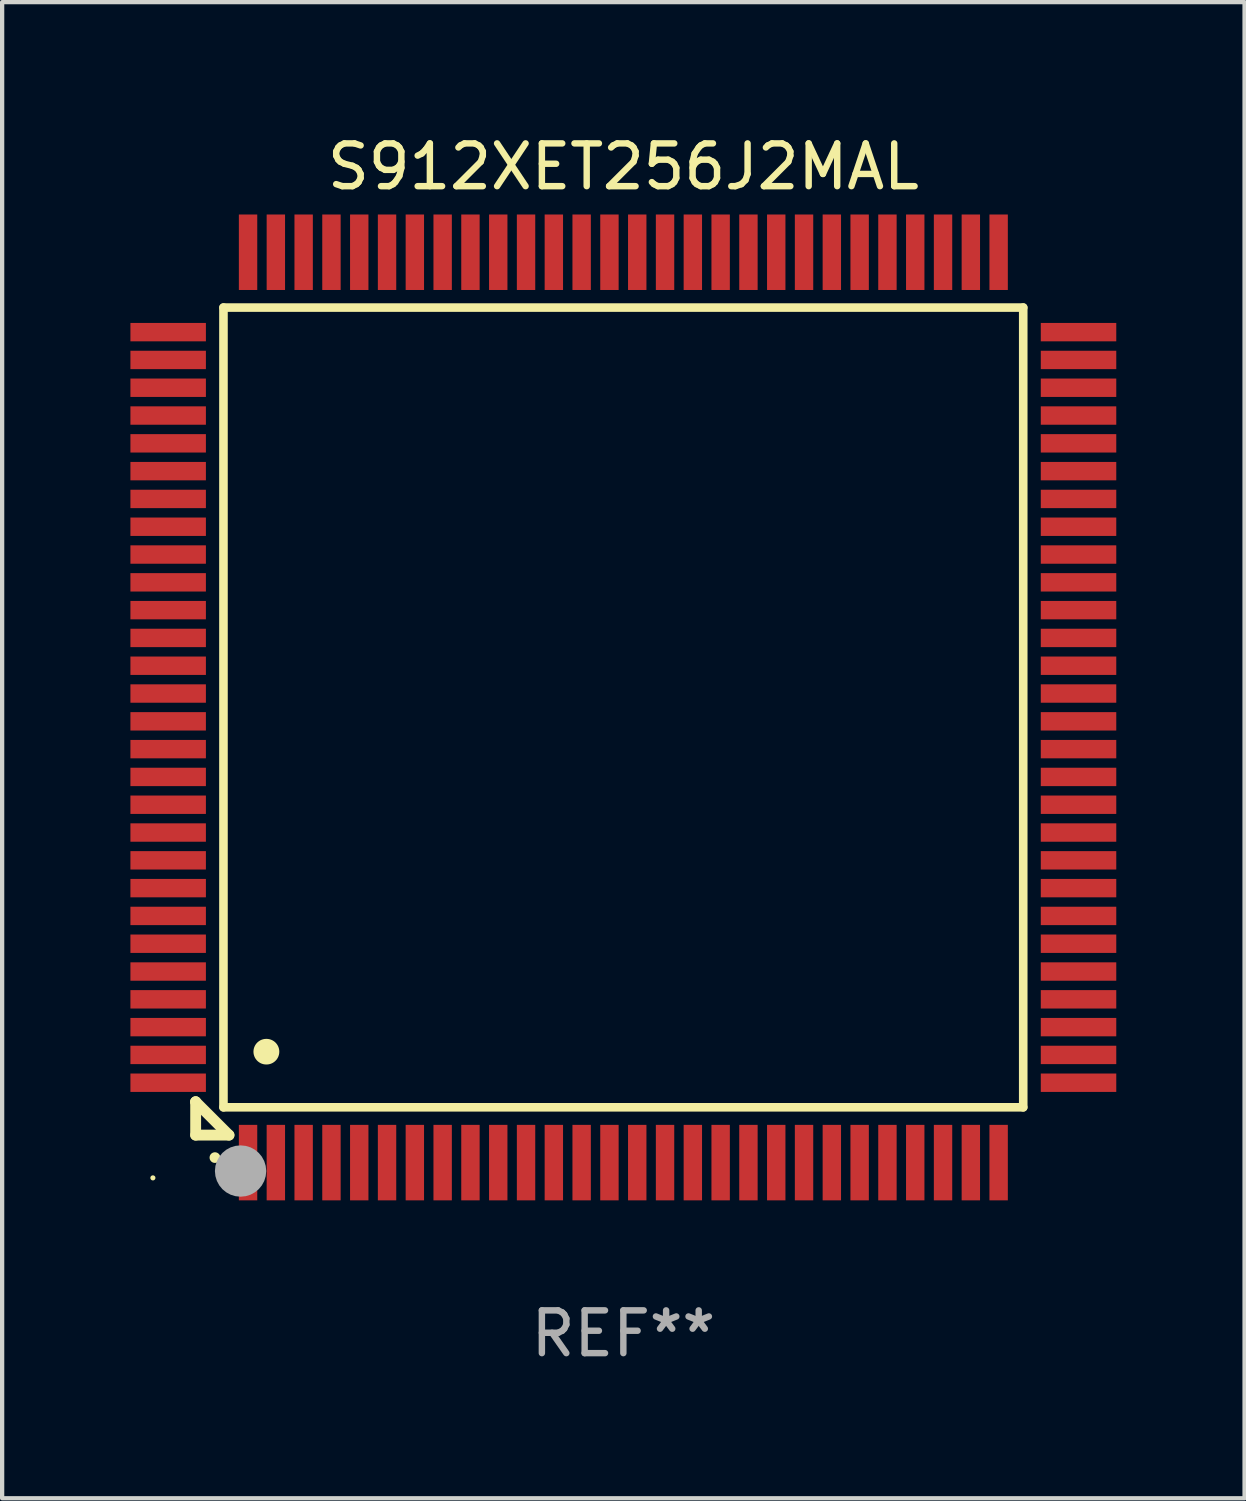
<source format=kicad_pcb>
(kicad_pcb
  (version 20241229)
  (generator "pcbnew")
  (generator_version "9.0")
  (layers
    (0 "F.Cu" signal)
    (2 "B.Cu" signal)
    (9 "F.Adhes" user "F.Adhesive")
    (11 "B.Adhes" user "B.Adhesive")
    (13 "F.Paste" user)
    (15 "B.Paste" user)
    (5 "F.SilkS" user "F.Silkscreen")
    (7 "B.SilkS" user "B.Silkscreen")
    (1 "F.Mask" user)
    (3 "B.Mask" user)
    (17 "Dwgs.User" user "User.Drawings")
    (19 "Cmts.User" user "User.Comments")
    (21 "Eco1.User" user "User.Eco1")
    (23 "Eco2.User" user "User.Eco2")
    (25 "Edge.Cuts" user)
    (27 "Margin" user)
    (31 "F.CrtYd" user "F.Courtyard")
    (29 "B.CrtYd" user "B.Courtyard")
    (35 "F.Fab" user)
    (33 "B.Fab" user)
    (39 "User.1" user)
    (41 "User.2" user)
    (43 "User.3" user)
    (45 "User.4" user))
  (footprint "S912XET256J2MAL"
    (layer "F.Cu")
    (at 11.525 13.491)
    (property "Reference" "S912XET256J2MAL" (at 0 -12.643 0) (layer "F.SilkS") (effects (font (size 1 1) (thickness 0.15))))
    (attr through_hole)
    (fp_line (start -10 9.221) (end -10 9.221) (stroke (width 0.254) (type solid)) (layer "F.SilkS"))
    (fp_line (start -10 9.221) (end -10 10) (stroke (width 0.254) (type solid)) (layer "F.SilkS"))
    (fp_line (start -10 9.221) (end -9.221 10) (stroke (width 0.254) (type solid)) (layer "F.SilkS"))
    (fp_line (start -10 10) (end -9.221 10) (stroke (width 0.254) (type solid)) (layer "F.SilkS"))
    (fp_line (start -9.35 -9.35) (end -9.35 9.35) (stroke (width 0.201) (type solid)) (layer "F.SilkS"))
    (fp_line (start -9.35 9.35) (end 9.35 9.35) (stroke (width 0.201) (type solid)) (layer "F.SilkS"))
    (fp_line (start 9.35 -9.35) (end -9.35 -9.35) (stroke (width 0.201) (type solid)) (layer "F.SilkS"))
    (fp_line (start 9.35 9.35) (end 9.35 -9.35) (stroke (width 0.201) (type solid)) (layer "F.SilkS"))
    (fp_arc (start -9.550546 10.525832) (mid -9.549276 10.525826) (end -9.548006 10.525832) (stroke (width 0.24892) (type solid)) (layer "F.SilkS"))
    (fp_arc (start -8.349124 8.049327) (mid -8.346584 8.049316) (end -8.344044 8.049327) (stroke (width 0.599441) (type solid)) (layer "F.SilkS"))
    (fp_circle (center -11 11) (end -10.97 11) (stroke (width 0.06) (type solid)) (fill no) (layer "F.SilkS"))
    (fp_circle (center -8.95 10.84) (end -8.65 10.84) (stroke (width 0.6) (type solid)) (fill no) (layer "F.Fab"))
    (fp_text user "REF**" (at 0 14.643 0) (layer "F.Fab") (effects (font (size 1 1) (thickness 0.15))))
    (pad "1" smd rect (at -8.775 10.643) (size 0.43 1.765) (layers "F.Cu" "F.Mask" "F.Paste"))
    (pad "2" smd rect (at -8.125 10.643) (size 0.43 1.765) (layers "F.Cu" "F.Mask" "F.Paste"))
    (pad "3" smd rect (at -7.475 10.643) (size 0.43 1.765) (layers "F.Cu" "F.Mask" "F.Paste"))
    (pad "4" smd rect (at -6.825 10.643) (size 0.43 1.765) (layers "F.Cu" "F.Mask" "F.Paste"))
    (pad "5" smd rect (at -6.175 10.643) (size 0.43 1.765) (layers "F.Cu" "F.Mask" "F.Paste"))
    (pad "6" smd rect (at -5.525 10.643) (size 0.43 1.765) (layers "F.Cu" "F.Mask" "F.Paste"))
    (pad "7" smd rect (at -4.875 10.643) (size 0.43 1.765) (layers "F.Cu" "F.Mask" "F.Paste"))
    (pad "8" smd rect (at -4.225 10.643) (size 0.43 1.765) (layers "F.Cu" "F.Mask" "F.Paste"))
    (pad "9" smd rect (at -3.575 10.643) (size 0.43 1.765) (layers "F.Cu" "F.Mask" "F.Paste"))
    (pad "10" smd rect (at -2.925 10.643) (size 0.43 1.765) (layers "F.Cu" "F.Mask" "F.Paste"))
    (pad "11" smd rect (at -2.275 10.643) (size 0.43 1.765) (layers "F.Cu" "F.Mask" "F.Paste"))
    (pad "12" smd rect (at -1.625 10.643) (size 0.43 1.765) (layers "F.Cu" "F.Mask" "F.Paste"))
    (pad "13" smd rect (at -0.975 10.643) (size 0.43 1.765) (layers "F.Cu" "F.Mask" "F.Paste"))
    (pad "14" smd rect (at -0.325 10.643) (size 0.43 1.765) (layers "F.Cu" "F.Mask" "F.Paste"))
    (pad "15" smd rect (at 0.325 10.643) (size 0.43 1.765) (layers "F.Cu" "F.Mask" "F.Paste"))
    (pad "16" smd rect (at 0.975 10.643) (size 0.43 1.765) (layers "F.Cu" "F.Mask" "F.Paste"))
    (pad "17" smd rect (at 1.625 10.643) (size 0.43 1.765) (layers "F.Cu" "F.Mask" "F.Paste"))
    (pad "18" smd rect (at 2.275 10.643) (size 0.43 1.765) (layers "F.Cu" "F.Mask" "F.Paste"))
    (pad "19" smd rect (at 2.925 10.643) (size 0.43 1.765) (layers "F.Cu" "F.Mask" "F.Paste"))
    (pad "20" smd rect (at 3.575 10.643) (size 0.43 1.765) (layers "F.Cu" "F.Mask" "F.Paste"))
    (pad "21" smd rect (at 4.225 10.643) (size 0.43 1.765) (layers "F.Cu" "F.Mask" "F.Paste"))
    (pad "22" smd rect (at 4.875 10.643) (size 0.43 1.765) (layers "F.Cu" "F.Mask" "F.Paste"))
    (pad "23" smd rect (at 5.525 10.643) (size 0.43 1.765) (layers "F.Cu" "F.Mask" "F.Paste"))
    (pad "24" smd rect (at 6.175 10.643) (size 0.43 1.765) (layers "F.Cu" "F.Mask" "F.Paste"))
    (pad "25" smd rect (at 6.825 10.643) (size 0.43 1.765) (layers "F.Cu" "F.Mask" "F.Paste"))
    (pad "26" smd rect (at 7.475 10.643) (size 0.43 1.765) (layers "F.Cu" "F.Mask" "F.Paste"))
    (pad "27" smd rect (at 8.125 10.643) (size 0.43 1.765) (layers "F.Cu" "F.Mask" "F.Paste"))
    (pad "28" smd rect (at 8.775 10.643) (size 0.43 1.765) (layers "F.Cu" "F.Mask" "F.Paste"))
    (pad "29" smd rect (at 10.643 8.775) (size 1.765 0.43) (layers "F.Cu" "F.Mask" "F.Paste"))
    (pad "30" smd rect (at 10.643 8.125) (size 1.765 0.43) (layers "F.Cu" "F.Mask" "F.Paste"))
    (pad "31" smd rect (at 10.643 7.475) (size 1.765 0.43) (layers "F.Cu" "F.Mask" "F.Paste"))
    (pad "32" smd rect (at 10.643 6.825) (size 1.765 0.43) (layers "F.Cu" "F.Mask" "F.Paste"))
    (pad "33" smd rect (at 10.643 6.175) (size 1.765 0.43) (layers "F.Cu" "F.Mask" "F.Paste"))
    (pad "34" smd rect (at 10.643 5.525) (size 1.765 0.43) (layers "F.Cu" "F.Mask" "F.Paste"))
    (pad "35" smd rect (at 10.643 4.875) (size 1.765 0.43) (layers "F.Cu" "F.Mask" "F.Paste"))
    (pad "36" smd rect (at 10.643 4.225) (size 1.765 0.43) (layers "F.Cu" "F.Mask" "F.Paste"))
    (pad "37" smd rect (at 10.643 3.575) (size 1.765 0.43) (layers "F.Cu" "F.Mask" "F.Paste"))
    (pad "38" smd rect (at 10.643 2.925) (size 1.765 0.43) (layers "F.Cu" "F.Mask" "F.Paste"))
    (pad "39" smd rect (at 10.643 2.275) (size 1.765 0.43) (layers "F.Cu" "F.Mask" "F.Paste"))
    (pad "40" smd rect (at 10.643 1.625) (size 1.765 0.43) (layers "F.Cu" "F.Mask" "F.Paste"))
    (pad "41" smd rect (at 10.643 0.975) (size 1.765 0.43) (layers "F.Cu" "F.Mask" "F.Paste"))
    (pad "42" smd rect (at 10.643 0.325) (size 1.765 0.43) (layers "F.Cu" "F.Mask" "F.Paste"))
    (pad "43" smd rect (at 10.643 -0.325) (size 1.765 0.43) (layers "F.Cu" "F.Mask" "F.Paste"))
    (pad "44" smd rect (at 10.643 -0.975) (size 1.765 0.43) (layers "F.Cu" "F.Mask" "F.Paste"))
    (pad "45" smd rect (at 10.643 -1.625) (size 1.765 0.43) (layers "F.Cu" "F.Mask" "F.Paste"))
    (pad "46" smd rect (at 10.643 -2.275) (size 1.765 0.43) (layers "F.Cu" "F.Mask" "F.Paste"))
    (pad "47" smd rect (at 10.643 -2.925) (size 1.765 0.43) (layers "F.Cu" "F.Mask" "F.Paste"))
    (pad "48" smd rect (at 10.643 -3.575) (size 1.765 0.43) (layers "F.Cu" "F.Mask" "F.Paste"))
    (pad "49" smd rect (at 10.643 -4.225) (size 1.765 0.43) (layers "F.Cu" "F.Mask" "F.Paste"))
    (pad "50" smd rect (at 10.643 -4.875) (size 1.765 0.43) (layers "F.Cu" "F.Mask" "F.Paste"))
    (pad "51" smd rect (at 10.643 -5.525) (size 1.765 0.43) (layers "F.Cu" "F.Mask" "F.Paste"))
    (pad "52" smd rect (at 10.643 -6.175) (size 1.765 0.43) (layers "F.Cu" "F.Mask" "F.Paste"))
    (pad "53" smd rect (at 10.643 -6.825) (size 1.765 0.43) (layers "F.Cu" "F.Mask" "F.Paste"))
    (pad "54" smd rect (at 10.643 -7.475) (size 1.765 0.43) (layers "F.Cu" "F.Mask" "F.Paste"))
    (pad "55" smd rect (at 10.643 -8.125) (size 1.765 0.43) (layers "F.Cu" "F.Mask" "F.Paste"))
    (pad "56" smd rect (at 10.643 -8.775) (size 1.765 0.43) (layers "F.Cu" "F.Mask" "F.Paste"))
    (pad "57" smd rect (at 8.775 -10.643) (size 0.43 1.765) (layers "F.Cu" "F.Mask" "F.Paste"))
    (pad "58" smd rect (at 8.125 -10.643) (size 0.43 1.765) (layers "F.Cu" "F.Mask" "F.Paste"))
    (pad "59" smd rect (at 7.475 -10.643) (size 0.43 1.765) (layers "F.Cu" "F.Mask" "F.Paste"))
    (pad "60" smd rect (at 6.825 -10.643) (size 0.43 1.765) (layers "F.Cu" "F.Mask" "F.Paste"))
    (pad "61" smd rect (at 6.175 -10.643) (size 0.43 1.765) (layers "F.Cu" "F.Mask" "F.Paste"))
    (pad "62" smd rect (at 5.525 -10.643) (size 0.43 1.765) (layers "F.Cu" "F.Mask" "F.Paste"))
    (pad "63" smd rect (at 4.875 -10.643) (size 0.43 1.765) (layers "F.Cu" "F.Mask" "F.Paste"))
    (pad "64" smd rect (at 4.225 -10.643) (size 0.43 1.765) (layers "F.Cu" "F.Mask" "F.Paste"))
    (pad "65" smd rect (at 3.575 -10.643) (size 0.43 1.765) (layers "F.Cu" "F.Mask" "F.Paste"))
    (pad "66" smd rect (at 2.925 -10.643) (size 0.43 1.765) (layers "F.Cu" "F.Mask" "F.Paste"))
    (pad "67" smd rect (at 2.275 -10.643) (size 0.43 1.765) (layers "F.Cu" "F.Mask" "F.Paste"))
    (pad "68" smd rect (at 1.625 -10.643) (size 0.43 1.765) (layers "F.Cu" "F.Mask" "F.Paste"))
    (pad "69" smd rect (at 0.975 -10.643) (size 0.43 1.765) (layers "F.Cu" "F.Mask" "F.Paste"))
    (pad "70" smd rect (at 0.325 -10.643) (size 0.43 1.765) (layers "F.Cu" "F.Mask" "F.Paste"))
    (pad "71" smd rect (at -0.325 -10.643) (size 0.43 1.765) (layers "F.Cu" "F.Mask" "F.Paste"))
    (pad "72" smd rect (at -0.975 -10.643) (size 0.43 1.765) (layers "F.Cu" "F.Mask" "F.Paste"))
    (pad "73" smd rect (at -1.625 -10.643) (size 0.43 1.765) (layers "F.Cu" "F.Mask" "F.Paste"))
    (pad "74" smd rect (at -2.275 -10.643) (size 0.43 1.765) (layers "F.Cu" "F.Mask" "F.Paste"))
    (pad "75" smd rect (at -2.925 -10.643) (size 0.43 1.765) (layers "F.Cu" "F.Mask" "F.Paste"))
    (pad "76" smd rect (at -3.575 -10.643) (size 0.43 1.765) (layers "F.Cu" "F.Mask" "F.Paste"))
    (pad "77" smd rect (at -4.225 -10.643) (size 0.43 1.765) (layers "F.Cu" "F.Mask" "F.Paste"))
    (pad "78" smd rect (at -4.875 -10.643) (size 0.43 1.765) (layers "F.Cu" "F.Mask" "F.Paste"))
    (pad "79" smd rect (at -5.525 -10.643) (size 0.43 1.765) (layers "F.Cu" "F.Mask" "F.Paste"))
    (pad "80" smd rect (at -6.175 -10.643) (size 0.43 1.765) (layers "F.Cu" "F.Mask" "F.Paste"))
    (pad "81" smd rect (at -6.825 -10.643) (size 0.43 1.765) (layers "F.Cu" "F.Mask" "F.Paste"))
    (pad "82" smd rect (at -7.475 -10.643) (size 0.43 1.765) (layers "F.Cu" "F.Mask" "F.Paste"))
    (pad "83" smd rect (at -8.125 -10.643) (size 0.43 1.765) (layers "F.Cu" "F.Mask" "F.Paste"))
    (pad "84" smd rect (at -8.775 -10.643) (size 0.43 1.765) (layers "F.Cu" "F.Mask" "F.Paste"))
    (pad "85" smd rect (at -10.643 -8.775) (size 1.765 0.43) (layers "F.Cu" "F.Mask" "F.Paste"))
    (pad "86" smd rect (at -10.643 -8.125) (size 1.765 0.43) (layers "F.Cu" "F.Mask" "F.Paste"))
    (pad "87" smd rect (at -10.643 -7.475) (size 1.765 0.43) (layers "F.Cu" "F.Mask" "F.Paste"))
    (pad "88" smd rect (at -10.643 -6.825) (size 1.765 0.43) (layers "F.Cu" "F.Mask" "F.Paste"))
    (pad "89" smd rect (at -10.643 -6.175) (size 1.765 0.43) (layers "F.Cu" "F.Mask" "F.Paste"))
    (pad "90" smd rect (at -10.643 -5.525) (size 1.765 0.43) (layers "F.Cu" "F.Mask" "F.Paste"))
    (pad "91" smd rect (at -10.643 -4.875) (size 1.765 0.43) (layers "F.Cu" "F.Mask" "F.Paste"))
    (pad "92" smd rect (at -10.643 -4.225) (size 1.765 0.43) (layers "F.Cu" "F.Mask" "F.Paste"))
    (pad "93" smd rect (at -10.643 -3.575) (size 1.765 0.43) (layers "F.Cu" "F.Mask" "F.Paste"))
    (pad "94" smd rect (at -10.643 -2.925) (size 1.765 0.43) (layers "F.Cu" "F.Mask" "F.Paste"))
    (pad "95" smd rect (at -10.643 -2.275) (size 1.765 0.43) (layers "F.Cu" "F.Mask" "F.Paste"))
    (pad "96" smd rect (at -10.643 -1.625) (size 1.765 0.43) (layers "F.Cu" "F.Mask" "F.Paste"))
    (pad "97" smd rect (at -10.643 -0.975) (size 1.765 0.43) (layers "F.Cu" "F.Mask" "F.Paste"))
    (pad "98" smd rect (at -10.643 -0.325) (size 1.765 0.43) (layers "F.Cu" "F.Mask" "F.Paste"))
    (pad "99" smd rect (at -10.643 0.325) (size 1.765 0.43) (layers "F.Cu" "F.Mask" "F.Paste"))
    (pad "100" smd rect (at -10.643 0.975) (size 1.765 0.43) (layers "F.Cu" "F.Mask" "F.Paste"))
    (pad "101" smd rect (at -10.643 1.625) (size 1.765 0.43) (layers "F.Cu" "F.Mask" "F.Paste"))
    (pad "102" smd rect (at -10.643 2.275) (size 1.765 0.43) (layers "F.Cu" "F.Mask" "F.Paste"))
    (pad "103" smd rect (at -10.643 2.925) (size 1.765 0.43) (layers "F.Cu" "F.Mask" "F.Paste"))
    (pad "104" smd rect (at -10.643 3.575) (size 1.765 0.43) (layers "F.Cu" "F.Mask" "F.Paste"))
    (pad "105" smd rect (at -10.643 4.225) (size 1.765 0.43) (layers "F.Cu" "F.Mask" "F.Paste"))
    (pad "106" smd rect (at -10.643 4.875) (size 1.765 0.43) (layers "F.Cu" "F.Mask" "F.Paste"))
    (pad "107" smd rect (at -10.643 5.525) (size 1.765 0.43) (layers "F.Cu" "F.Mask" "F.Paste"))
    (pad "108" smd rect (at -10.643 6.175) (size 1.765 0.43) (layers "F.Cu" "F.Mask" "F.Paste"))
    (pad "109" smd rect (at -10.643 6.825) (size 1.765 0.43) (layers "F.Cu" "F.Mask" "F.Paste"))
    (pad "110" smd rect (at -10.643 7.475) (size 1.765 0.43) (layers "F.Cu" "F.Mask" "F.Paste"))
    (pad "111" smd rect (at -10.643 8.125) (size 1.765 0.43) (layers "F.Cu" "F.Mask" "F.Paste"))
    (pad "112" smd rect (at -10.643 8.775) (size 1.765 0.43) (layers "F.Cu" "F.Mask" "F.Paste")))
  (gr_rect
    (start -3 -3)
    (end 26.05 31.982)
    (stroke (width 0.1) (type default))
    (fill no)
    (layer "Edge.Cuts")))
</source>
